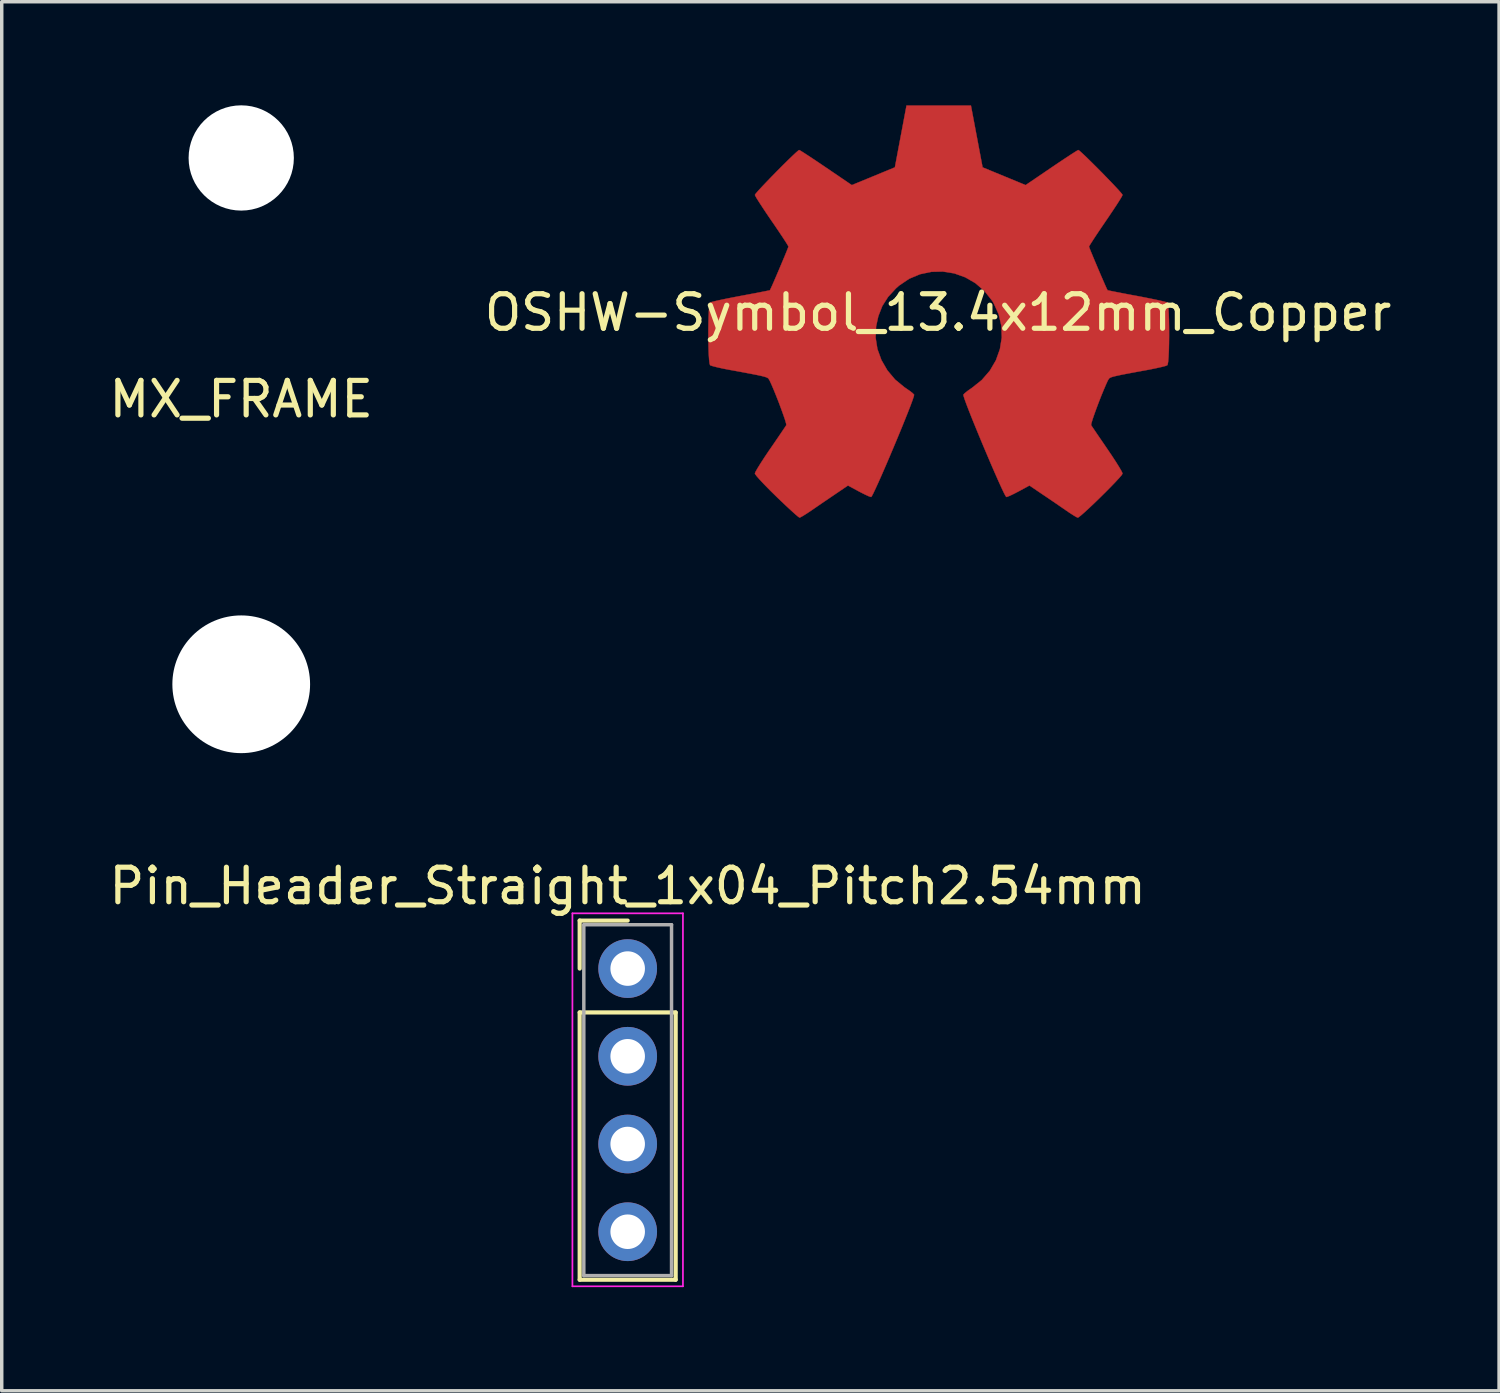
<source format=kicad_pcb>
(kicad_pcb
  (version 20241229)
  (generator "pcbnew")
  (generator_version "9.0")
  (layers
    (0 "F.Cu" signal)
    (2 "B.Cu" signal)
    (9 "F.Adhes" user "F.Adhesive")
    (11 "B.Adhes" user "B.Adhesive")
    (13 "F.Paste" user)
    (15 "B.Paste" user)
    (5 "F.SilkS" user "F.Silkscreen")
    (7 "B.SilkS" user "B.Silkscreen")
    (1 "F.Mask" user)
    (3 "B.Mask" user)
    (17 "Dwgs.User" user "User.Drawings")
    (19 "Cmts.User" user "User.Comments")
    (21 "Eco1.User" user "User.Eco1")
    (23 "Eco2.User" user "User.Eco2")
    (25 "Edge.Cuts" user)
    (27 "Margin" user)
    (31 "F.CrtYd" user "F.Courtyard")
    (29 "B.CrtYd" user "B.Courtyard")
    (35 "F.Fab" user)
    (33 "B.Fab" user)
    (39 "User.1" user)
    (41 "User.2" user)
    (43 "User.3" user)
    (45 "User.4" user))
  (footprint "MX_FRAME"
    (layer "F.Cu")
    (at 3.935 8.509)
    (property "Reference" "MX_FRAME" (at 0 0 0) (layer "F.SilkS") (effects (font (size 1 1) (thickness 0.15))))
    (attr through_hole)
    (pad "" np_thru_hole circle (at 0 -6.985) (size 3.048 3.048) (drill 3.048) (layers "*.Cu"))
    (pad "" np_thru_hole circle (at 0 8.255) (size 3.988 3.988) (drill 3.988) (layers "*.Cu")))
  (footprint "OSHW-Symbol_13.4x12mm_Copper"
    (layer "F.Cu")
    (at 24.113 6)
    (property "Reference" "OSHW-Symbol_13.4x12mm_Copper" (at 0 0 0) (layer "F.SilkS") (effects (font (size 1 1) (thickness 0.15))))
    (attr exclude_from_pos_files exclude_from_bom)
    (fp_poly (pts (xy 1.12 -5.099) (xy 1.289 -4.204) (xy 1.912 -3.947) (xy 2.535 -3.69) (xy 3.282 -4.198) (xy 3.492 -4.34) (xy 3.681 -4.466) (xy 3.841 -4.571) (xy 3.964 -4.65) (xy 4.04 -4.696) (xy 4.06 -4.706) (xy 4.098 -4.681) (xy 4.177 -4.61) (xy 4.29 -4.503) (xy 4.428 -4.368) (xy 4.581 -4.216) (xy 4.741 -4.055) (xy 4.898 -3.893) (xy 5.045 -3.741) (xy 5.171 -3.607) (xy 5.268 -3.5) (xy 5.327 -3.429) (xy 5.341 -3.406) (xy 5.321 -3.362) (xy 5.264 -3.267) (xy 5.176 -3.128) (xy 5.063 -2.957) (xy 4.932 -2.762) (xy 4.856 -2.651) (xy 4.717 -2.447) (xy 4.594 -2.264) (xy 4.492 -2.109) (xy 4.418 -1.993) (xy 4.376 -1.924) (xy 4.37 -1.909) (xy 4.384 -1.868) (xy 4.422 -1.772) (xy 4.479 -1.634) (xy 4.548 -1.469) (xy 4.624 -1.289) (xy 4.701 -1.108) (xy 4.774 -0.94) (xy 4.836 -0.798) (xy 4.882 -0.696) (xy 4.906 -0.648) (xy 4.907 -0.646) (xy 4.945 -0.637) (xy 5.046 -0.616) (xy 5.2 -0.586) (xy 5.395 -0.548) (xy 5.622 -0.505) (xy 5.755 -0.481) (xy 5.998 -0.434) (xy 6.217 -0.39) (xy 6.402 -0.351) (xy 6.541 -0.319) (xy 6.623 -0.296) (xy 6.639 -0.289) (xy 6.656 -0.24) (xy 6.669 -0.129) (xy 6.679 0.03) (xy 6.686 0.226) (xy 6.689 0.444) (xy 6.69 0.672) (xy 6.687 0.897) (xy 6.682 1.106) (xy 6.673 1.286) (xy 6.662 1.424) (xy 6.647 1.507) (xy 6.638 1.525) (xy 6.586 1.546) (xy 6.474 1.575) (xy 6.318 1.61) (xy 6.133 1.648) (xy 6.069 1.66) (xy 5.757 1.717) (xy 5.511 1.763) (xy 5.322 1.799) (xy 5.183 1.829) (xy 5.084 1.852) (xy 5.018 1.872) (xy 4.978 1.89) (xy 4.953 1.907) (xy 4.95 1.911) (xy 4.916 1.967) (xy 4.865 2.077) (xy 4.801 2.226) (xy 4.729 2.401) (xy 4.655 2.59) (xy 4.584 2.778) (xy 4.521 2.953) (xy 4.471 3.1) (xy 4.439 3.207) (xy 4.431 3.259) (xy 4.432 3.261) (xy 4.46 3.304) (xy 4.524 3.399) (xy 4.616 3.535) (xy 4.732 3.704) (xy 4.862 3.894) (xy 4.899 3.949) (xy 5.032 4.145) (xy 5.149 4.324) (xy 5.243 4.475) (xy 5.309 4.589) (xy 5.34 4.655) (xy 5.341 4.663) (xy 5.316 4.706) (xy 5.244 4.79) (xy 5.136 4.907) (xy 5.001 5.047) (xy 4.848 5.202) (xy 4.685 5.363) (xy 4.524 5.519) (xy 4.371 5.664) (xy 4.238 5.786) (xy 4.132 5.878) (xy 4.064 5.931) (xy 4.045 5.939) (xy 4 5.919) (xy 3.91 5.865) (xy 3.788 5.786) (xy 3.695 5.722) (xy 3.525 5.605) (xy 3.324 5.467) (xy 3.122 5.33) (xy 3.013 5.257) (xy 2.646 5.008) (xy 2.338 5.175) (xy 2.197 5.248) (xy 2.078 5.305) (xy 1.997 5.337) (xy 1.977 5.341) (xy 1.952 5.308) (xy 1.903 5.214) (xy 1.834 5.068) (xy 1.748 4.879) (xy 1.649 4.655) (xy 1.54 4.405) (xy 1.426 4.137) (xy 1.309 3.861) (xy 1.194 3.585) (xy 1.084 3.317) (xy 0.982 3.067) (xy 0.893 2.842) (xy 0.82 2.652) (xy 0.767 2.506) (xy 0.737 2.411) (xy 0.732 2.379) (xy 0.77 2.338) (xy 0.854 2.27) (xy 0.966 2.191) (xy 0.976 2.185) (xy 1.266 1.953) (xy 1.5 1.682) (xy 1.675 1.382) (xy 1.79 1.06) (xy 1.844 0.725) (xy 1.833 0.386) (xy 1.755 0.052) (xy 1.61 -0.269) (xy 1.567 -0.34) (xy 1.344 -0.623) (xy 1.08 -0.851) (xy 0.786 -1.021) (xy 0.469 -1.134) (xy 0.139 -1.187) (xy -0.195 -1.179) (xy -0.523 -1.11) (xy -0.838 -0.978) (xy -1.129 -0.781) (xy -1.219 -0.701) (xy -1.448 -0.452) (xy -1.615 -0.189) (xy -1.73 0.105) (xy -1.794 0.397) (xy -1.809 0.725) (xy -1.757 1.055) (xy -1.641 1.375) (xy -1.468 1.674) (xy -1.243 1.942) (xy -0.971 2.166) (xy -0.935 2.19) (xy -0.822 2.268) (xy -0.736 2.335) (xy -0.694 2.378) (xy -0.694 2.379) (xy -0.703 2.425) (xy -0.738 2.531) (xy -0.795 2.686) (xy -0.872 2.884) (xy -0.964 3.114) (xy -1.067 3.368) (xy -1.179 3.638) (xy -1.295 3.915) (xy -1.411 4.19) (xy -1.525 4.455) (xy -1.632 4.701) (xy -1.729 4.919) (xy -1.812 5.1) (xy -1.877 5.237) (xy -1.921 5.32) (xy -1.939 5.341) (xy -1.994 5.325) (xy -2.096 5.279) (xy -2.228 5.213) (xy -2.3 5.175) (xy -2.609 5.008) (xy -2.976 5.257) (xy -3.163 5.384) (xy -3.369 5.524) (xy -3.561 5.656) (xy -3.657 5.722) (xy -3.793 5.813) (xy -3.907 5.885) (xy -3.986 5.929) (xy -4.012 5.938) (xy -4.049 5.913) (xy -4.132 5.843) (xy -4.252 5.735) (xy -4.401 5.597) (xy -4.572 5.435) (xy -4.68 5.331) (xy -4.868 5.146) (xy -5.031 4.98) (xy -5.162 4.841) (xy -5.254 4.736) (xy -5.301 4.671) (xy -5.305 4.658) (xy -5.284 4.608) (xy -5.227 4.508) (xy -5.139 4.366) (xy -5.028 4.194) (xy -4.899 4.002) (xy -4.862 3.949) (xy -4.728 3.754) (xy -4.608 3.578) (xy -4.509 3.432) (xy -4.437 3.325) (xy -4.398 3.267) (xy -4.394 3.261) (xy -4.4 3.215) (xy -4.429 3.113) (xy -4.478 2.97) (xy -4.54 2.798) (xy -4.61 2.61) (xy -4.684 2.421) (xy -4.756 2.243) (xy -4.821 2.091) (xy -4.874 1.976) (xy -4.91 1.914) (xy -4.913 1.911) (xy -4.935 1.893) (xy -4.972 1.875) (xy -5.032 1.856) (xy -5.124 1.833) (xy -5.255 1.805) (xy -5.434 1.77) (xy -5.668 1.726) (xy -5.967 1.671) (xy -6.031 1.66) (xy -6.223 1.623) (xy -6.39 1.586) (xy -6.517 1.554) (xy -6.591 1.53) (xy -6.601 1.525) (xy -6.617 1.475) (xy -6.63 1.364) (xy -6.641 1.204) (xy -6.648 1.008) (xy -6.652 0.79) (xy -6.653 0.562) (xy -6.65 0.337) (xy -6.645 0.128) (xy -6.637 -0.052) (xy -6.625 -0.189) (xy -6.611 -0.272) (xy -6.602 -0.289) (xy -6.553 -0.306) (xy -6.442 -0.334) (xy -6.279 -0.37) (xy -6.076 -0.412) (xy -5.844 -0.457) (xy -5.718 -0.481) (xy -5.478 -0.526) (xy -5.264 -0.566) (xy -5.086 -0.601) (xy -4.955 -0.627) (xy -4.882 -0.642) (xy -4.87 -0.646) (xy -4.85 -0.685) (xy -4.806 -0.78) (xy -4.746 -0.917) (xy -4.675 -1.082) (xy -4.598 -1.262) (xy -4.522 -1.443) (xy -4.451 -1.611) (xy -4.392 -1.755) (xy -4.351 -1.858) (xy -4.333 -1.909) (xy -4.333 -1.911) (xy -4.353 -1.951) (xy -4.41 -2.043) (xy -4.498 -2.178) (xy -4.611 -2.347) (xy -4.742 -2.541) (xy -4.819 -2.652) (xy -4.958 -2.856) (xy -5.081 -3.041) (xy -5.183 -3.198) (xy -5.258 -3.317) (xy -5.298 -3.39) (xy -5.304 -3.406) (xy -5.279 -3.444) (xy -5.209 -3.525) (xy -5.103 -3.64) (xy -4.971 -3.779) (xy -4.821 -3.935) (xy -4.662 -4.097) (xy -4.503 -4.257) (xy -4.353 -4.405) (xy -4.221 -4.533) (xy -4.115 -4.632) (xy -4.046 -4.692) (xy -4.022 -4.706) (xy -3.984 -4.686) (xy -3.894 -4.63) (xy -3.759 -4.542) (xy -3.589 -4.43) (xy -3.393 -4.298) (xy -3.245 -4.198) (xy -2.498 -3.69) (xy -1.874 -3.947) (xy -1.251 -4.204) (xy -0.914 -5.995) (xy 0.951 -5.995) (xy 1.12 -5.099)) (stroke (width 0.01) (type solid)) (fill yes) (layer "F.Cu")))
  (footprint "Pin_Header_Straight_1x04_Pitch2.54mm"
    (layer "F.Cu")
    (at 15.125 24.996)
    (property "Reference" "Pin_Header_Straight_1x04_Pitch2.54mm" (at 0 -2.39 0) (layer "F.SilkS") (effects (font (size 1 1) (thickness 0.15))))
    (attr through_hole)
    (fp_line (start -1.39 -1.39) (end 0 -1.39) (stroke (width 0.12) (type solid)) (layer "F.SilkS"))
    (fp_line (start -1.39 0) (end -1.39 -1.39) (stroke (width 0.12) (type solid)) (layer "F.SilkS"))
    (fp_line (start -1.39 1.27) (end -1.39 9.01) (stroke (width 0.12) (type solid)) (layer "F.SilkS"))
    (fp_line (start -1.39 9.01) (end 1.39 9.01) (stroke (width 0.12) (type solid)) (layer "F.SilkS"))
    (fp_line (start 1.39 1.27) (end -1.39 1.27) (stroke (width 0.12) (type solid)) (layer "F.SilkS"))
    (fp_line (start 1.39 9.01) (end 1.39 1.27) (stroke (width 0.12) (type solid)) (layer "F.SilkS"))
    (fp_line (start -1.6 -1.6) (end -1.6 9.2) (stroke (width 0.05) (type solid)) (layer "F.CrtYd"))
    (fp_line (start -1.6 9.2) (end 1.6 9.2) (stroke (width 0.05) (type solid)) (layer "F.CrtYd"))
    (fp_line (start 1.6 -1.6) (end -1.6 -1.6) (stroke (width 0.05) (type solid)) (layer "F.CrtYd"))
    (fp_line (start 1.6 9.2) (end 1.6 -1.6) (stroke (width 0.05) (type solid)) (layer "F.CrtYd"))
    (fp_line (start -1.27 -1.27) (end -1.27 8.89) (stroke (width 0.1) (type solid)) (layer "F.Fab"))
    (fp_line (start -1.27 8.89) (end 1.27 8.89) (stroke (width 0.1) (type solid)) (layer "F.Fab"))
    (fp_line (start 1.27 -1.27) (end -1.27 -1.27) (stroke (width 0.1) (type solid)) (layer "F.Fab"))
    (fp_line (start 1.27 8.89) (end 1.27 -1.27) (stroke (width 0.1) (type solid)) (layer "F.Fab"))
    (pad "1" thru_hole circle (at 0 0) (size 1.7 1.7) (drill 1) (layers "*.Cu" "*.Mask"))
    (pad "2" thru_hole oval (at 0 2.54) (size 1.7 1.7) (drill 1) (layers "*.Cu" "*.Mask"))
    (pad "3" thru_hole oval (at 0 5.08) (size 1.7 1.7) (drill 1) (layers "*.Cu" "*.Mask"))
    (pad "4" thru_hole oval (at 0 7.62) (size 1.7 1.7) (drill 1) (layers "*.Cu" "*.Mask")))
  (gr_rect
    (start -3 -3)
    (end 40.357 37.221)
    (stroke (width 0.1) (type default))
    (fill no)
    (layer "Edge.Cuts")))
</source>
